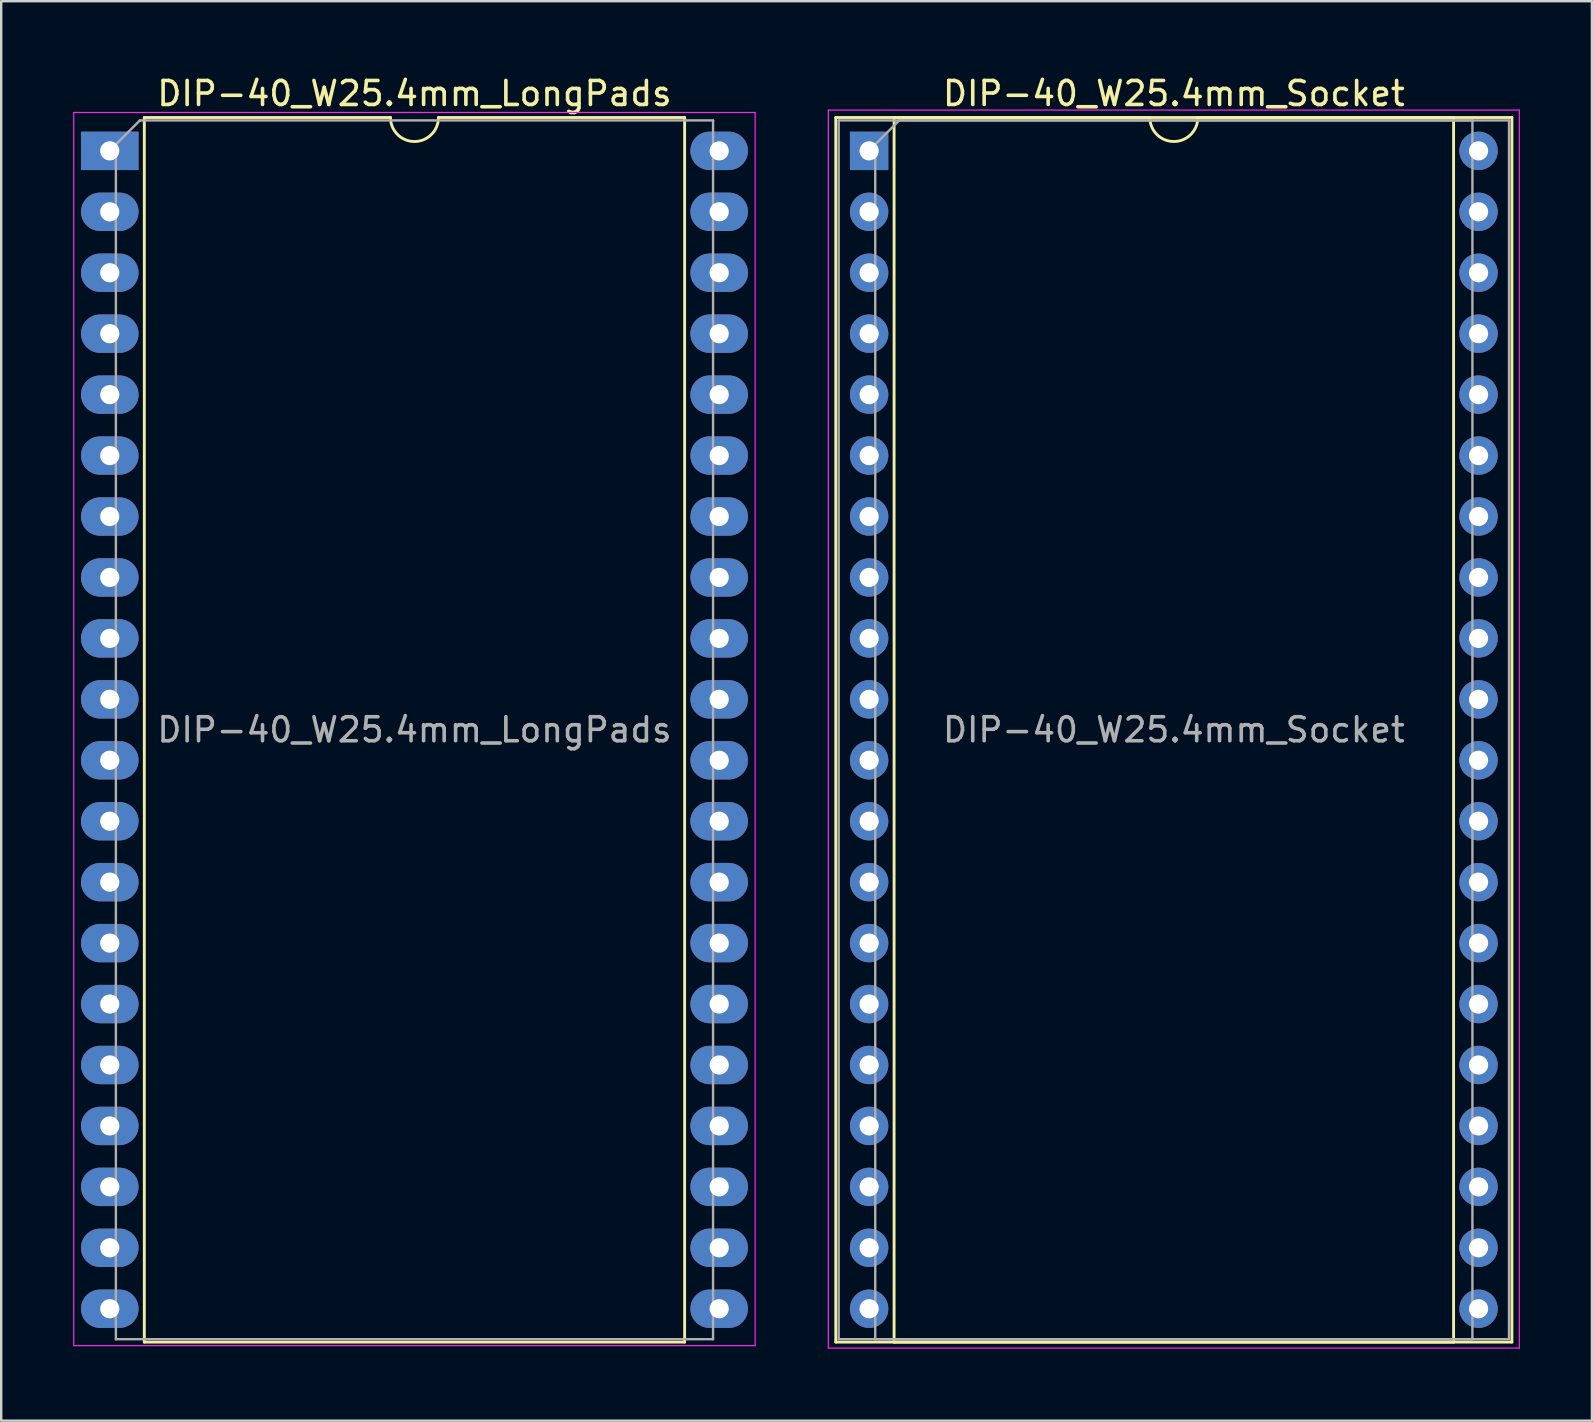
<source format=kicad_pcb>
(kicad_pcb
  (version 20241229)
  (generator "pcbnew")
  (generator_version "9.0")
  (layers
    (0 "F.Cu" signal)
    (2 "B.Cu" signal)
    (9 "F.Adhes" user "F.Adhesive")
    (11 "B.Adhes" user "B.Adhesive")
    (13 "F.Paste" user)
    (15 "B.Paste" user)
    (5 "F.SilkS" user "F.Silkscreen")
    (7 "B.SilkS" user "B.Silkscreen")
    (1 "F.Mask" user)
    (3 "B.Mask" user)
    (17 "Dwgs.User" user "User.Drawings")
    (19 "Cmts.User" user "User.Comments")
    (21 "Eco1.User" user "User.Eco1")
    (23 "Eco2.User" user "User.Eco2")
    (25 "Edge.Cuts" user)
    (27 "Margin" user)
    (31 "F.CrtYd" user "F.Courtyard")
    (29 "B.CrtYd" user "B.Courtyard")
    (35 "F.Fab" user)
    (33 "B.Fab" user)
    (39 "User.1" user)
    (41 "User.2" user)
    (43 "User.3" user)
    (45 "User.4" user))
  (footprint "DIP-40_W25.4mm_LongPads"
    (layer "F.Cu")
    (at 1.525 3.238)
    (property "Reference" "DIP-40_W25.4mm_LongPads" (at 12.7 -2.39 0) (layer "F.SilkS") (effects (font (size 1 1) (thickness 0.15))))
    (attr through_hole)
    (fp_line (start 1.44 -1.39) (end 1.44 49.65) (stroke (width 0.12) (type solid)) (layer "F.SilkS"))
    (fp_line (start 1.44 49.65) (end 23.96 49.65) (stroke (width 0.12) (type solid)) (layer "F.SilkS"))
    (fp_line (start 11.7 -1.39) (end 1.44 -1.39) (stroke (width 0.12) (type solid)) (layer "F.SilkS"))
    (fp_line (start 23.96 -1.39) (end 13.7 -1.39) (stroke (width 0.12) (type solid)) (layer "F.SilkS"))
    (fp_line (start 23.96 49.65) (end 23.96 -1.39) (stroke (width 0.12) (type solid)) (layer "F.SilkS"))
    (fp_arc (start 13.7 -1.39) (mid 12.7 -0.39) (end 11.7 -1.39) (stroke (width 0.12) (type solid)) (layer "F.SilkS"))
    (fp_line (start -1.5 -1.6) (end -1.5 49.8) (stroke (width 0.05) (type solid)) (layer "F.CrtYd"))
    (fp_line (start -1.5 49.8) (end 26.9 49.8) (stroke (width 0.05) (type solid)) (layer "F.CrtYd"))
    (fp_line (start 26.9 -1.6) (end -1.5 -1.6) (stroke (width 0.05) (type solid)) (layer "F.CrtYd"))
    (fp_line (start 26.9 49.8) (end 26.9 -1.6) (stroke (width 0.05) (type solid)) (layer "F.CrtYd"))
    (fp_line (start 0.255 -0.27) (end 1.255 -1.27) (stroke (width 0.1) (type solid)) (layer "F.Fab"))
    (fp_line (start 0.255 49.53) (end 0.255 -0.27) (stroke (width 0.1) (type solid)) (layer "F.Fab"))
    (fp_line (start 1.255 -1.27) (end 25.145 -1.27) (stroke (width 0.1) (type solid)) (layer "F.Fab"))
    (fp_line (start 25.145 -1.27) (end 25.145 49.53) (stroke (width 0.1) (type solid)) (layer "F.Fab"))
    (fp_line (start 25.145 49.53) (end 0.255 49.53) (stroke (width 0.1) (type solid)) (layer "F.Fab"))
    (fp_text user "${REFERENCE}" (at 12.7 24.13 0) (layer "F.Fab") (effects (font (size 1 1) (thickness 0.15))))
    (pad "1" thru_hole rect (at 0 0) (size 2.4 1.6) (drill 0.8) (layers "*.Cu" "*.Mask"))
    (pad "2" thru_hole oval (at 0 2.54) (size 2.4 1.6) (drill 0.8) (layers "*.Cu" "*.Mask"))
    (pad "3" thru_hole oval (at 0 5.08) (size 2.4 1.6) (drill 0.8) (layers "*.Cu" "*.Mask"))
    (pad "4" thru_hole oval (at 0 7.62) (size 2.4 1.6) (drill 0.8) (layers "*.Cu" "*.Mask"))
    (pad "5" thru_hole oval (at 0 10.16) (size 2.4 1.6) (drill 0.8) (layers "*.Cu" "*.Mask"))
    (pad "6" thru_hole oval (at 0 12.7) (size 2.4 1.6) (drill 0.8) (layers "*.Cu" "*.Mask"))
    (pad "7" thru_hole oval (at 0 15.24) (size 2.4 1.6) (drill 0.8) (layers "*.Cu" "*.Mask"))
    (pad "8" thru_hole oval (at 0 17.78) (size 2.4 1.6) (drill 0.8) (layers "*.Cu" "*.Mask"))
    (pad "9" thru_hole oval (at 0 20.32) (size 2.4 1.6) (drill 0.8) (layers "*.Cu" "*.Mask"))
    (pad "10" thru_hole oval (at 0 22.86) (size 2.4 1.6) (drill 0.8) (layers "*.Cu" "*.Mask"))
    (pad "11" thru_hole oval (at 0 25.4) (size 2.4 1.6) (drill 0.8) (layers "*.Cu" "*.Mask"))
    (pad "12" thru_hole oval (at 0 27.94) (size 2.4 1.6) (drill 0.8) (layers "*.Cu" "*.Mask"))
    (pad "13" thru_hole oval (at 0 30.48) (size 2.4 1.6) (drill 0.8) (layers "*.Cu" "*.Mask"))
    (pad "14" thru_hole oval (at 0 33.02) (size 2.4 1.6) (drill 0.8) (layers "*.Cu" "*.Mask"))
    (pad "15" thru_hole oval (at 0 35.56) (size 2.4 1.6) (drill 0.8) (layers "*.Cu" "*.Mask"))
    (pad "16" thru_hole oval (at 0 38.1) (size 2.4 1.6) (drill 0.8) (layers "*.Cu" "*.Mask"))
    (pad "17" thru_hole oval (at 0 40.64) (size 2.4 1.6) (drill 0.8) (layers "*.Cu" "*.Mask"))
    (pad "18" thru_hole oval (at 0 43.18) (size 2.4 1.6) (drill 0.8) (layers "*.Cu" "*.Mask"))
    (pad "19" thru_hole oval (at 0 45.72) (size 2.4 1.6) (drill 0.8) (layers "*.Cu" "*.Mask"))
    (pad "20" thru_hole oval (at 0 48.26) (size 2.4 1.6) (drill 0.8) (layers "*.Cu" "*.Mask"))
    (pad "21" thru_hole oval (at 25.4 48.26) (size 2.4 1.6) (drill 0.8) (layers "*.Cu" "*.Mask"))
    (pad "22" thru_hole oval (at 25.4 45.72) (size 2.4 1.6) (drill 0.8) (layers "*.Cu" "*.Mask"))
    (pad "23" thru_hole oval (at 25.4 43.18) (size 2.4 1.6) (drill 0.8) (layers "*.Cu" "*.Mask"))
    (pad "24" thru_hole oval (at 25.4 40.64) (size 2.4 1.6) (drill 0.8) (layers "*.Cu" "*.Mask"))
    (pad "25" thru_hole oval (at 25.4 38.1) (size 2.4 1.6) (drill 0.8) (layers "*.Cu" "*.Mask"))
    (pad "26" thru_hole oval (at 25.4 35.56) (size 2.4 1.6) (drill 0.8) (layers "*.Cu" "*.Mask"))
    (pad "27" thru_hole oval (at 25.4 33.02) (size 2.4 1.6) (drill 0.8) (layers "*.Cu" "*.Mask"))
    (pad "28" thru_hole oval (at 25.4 30.48) (size 2.4 1.6) (drill 0.8) (layers "*.Cu" "*.Mask"))
    (pad "29" thru_hole oval (at 25.4 27.94) (size 2.4 1.6) (drill 0.8) (layers "*.Cu" "*.Mask"))
    (pad "30" thru_hole oval (at 25.4 25.4) (size 2.4 1.6) (drill 0.8) (layers "*.Cu" "*.Mask"))
    (pad "31" thru_hole oval (at 25.4 22.86) (size 2.4 1.6) (drill 0.8) (layers "*.Cu" "*.Mask"))
    (pad "32" thru_hole oval (at 25.4 20.32) (size 2.4 1.6) (drill 0.8) (layers "*.Cu" "*.Mask"))
    (pad "33" thru_hole oval (at 25.4 17.78) (size 2.4 1.6) (drill 0.8) (layers "*.Cu" "*.Mask"))
    (pad "34" thru_hole oval (at 25.4 15.24) (size 2.4 1.6) (drill 0.8) (layers "*.Cu" "*.Mask"))
    (pad "35" thru_hole oval (at 25.4 12.7) (size 2.4 1.6) (drill 0.8) (layers "*.Cu" "*.Mask"))
    (pad "36" thru_hole oval (at 25.4 10.16) (size 2.4 1.6) (drill 0.8) (layers "*.Cu" "*.Mask"))
    (pad "37" thru_hole oval (at 25.4 7.62) (size 2.4 1.6) (drill 0.8) (layers "*.Cu" "*.Mask"))
    (pad "38" thru_hole oval (at 25.4 5.08) (size 2.4 1.6) (drill 0.8) (layers "*.Cu" "*.Mask"))
    (pad "39" thru_hole oval (at 25.4 2.54) (size 2.4 1.6) (drill 0.8) (layers "*.Cu" "*.Mask"))
    (pad "40" thru_hole oval (at 25.4 0) (size 2.4 1.6) (drill 0.8) (layers "*.Cu" "*.Mask")))
  (footprint "DIP-40_W25.4mm_Socket"
    (layer "F.Cu")
    (at 33.175 3.238)
    (property "Reference" "DIP-40_W25.4mm_Socket" (at 12.7 -2.39 0) (layer "F.SilkS") (effects (font (size 1 1) (thickness 0.15))))
    (attr through_hole)
    (fp_line (start -1.39 -1.39) (end -1.39 49.65) (stroke (width 0.12) (type solid)) (layer "F.SilkS"))
    (fp_line (start -1.39 49.65) (end 26.79 49.65) (stroke (width 0.12) (type solid)) (layer "F.SilkS"))
    (fp_line (start 1.04 -1.39) (end 1.04 49.65) (stroke (width 0.12) (type solid)) (layer "F.SilkS"))
    (fp_line (start 1.04 49.65) (end 24.36 49.65) (stroke (width 0.12) (type solid)) (layer "F.SilkS"))
    (fp_line (start 11.7 -1.39) (end 1.04 -1.39) (stroke (width 0.12) (type solid)) (layer "F.SilkS"))
    (fp_line (start 24.36 -1.39) (end 13.7 -1.39) (stroke (width 0.12) (type solid)) (layer "F.SilkS"))
    (fp_line (start 24.36 49.65) (end 24.36 -1.39) (stroke (width 0.12) (type solid)) (layer "F.SilkS"))
    (fp_line (start 26.79 -1.39) (end -1.39 -1.39) (stroke (width 0.12) (type solid)) (layer "F.SilkS"))
    (fp_line (start 26.79 49.65) (end 26.79 -1.39) (stroke (width 0.12) (type solid)) (layer "F.SilkS"))
    (fp_arc (start 13.7 -1.39) (mid 12.7 -0.39) (end 11.7 -1.39) (stroke (width 0.12) (type solid)) (layer "F.SilkS"))
    (fp_line (start -1.7 -1.7) (end -1.7 49.9) (stroke (width 0.05) (type solid)) (layer "F.CrtYd"))
    (fp_line (start -1.7 49.9) (end 27.1 49.9) (stroke (width 0.05) (type solid)) (layer "F.CrtYd"))
    (fp_line (start 27.1 -1.7) (end -1.7 -1.7) (stroke (width 0.05) (type solid)) (layer "F.CrtYd"))
    (fp_line (start 27.1 49.9) (end 27.1 -1.7) (stroke (width 0.05) (type solid)) (layer "F.CrtYd"))
    (fp_line (start -1.27 -1.27) (end -1.27 49.53) (stroke (width 0.1) (type solid)) (layer "F.Fab"))
    (fp_line (start -1.27 49.53) (end 26.67 49.53) (stroke (width 0.1) (type solid)) (layer "F.Fab"))
    (fp_line (start 0.255 -0.27) (end 1.255 -1.27) (stroke (width 0.1) (type solid)) (layer "F.Fab"))
    (fp_line (start 0.255 49.53) (end 0.255 -0.27) (stroke (width 0.1) (type solid)) (layer "F.Fab"))
    (fp_line (start 1.255 -1.27) (end 25.145 -1.27) (stroke (width 0.1) (type solid)) (layer "F.Fab"))
    (fp_line (start 25.145 -1.27) (end 25.145 49.53) (stroke (width 0.1) (type solid)) (layer "F.Fab"))
    (fp_line (start 25.145 49.53) (end 0.255 49.53) (stroke (width 0.1) (type solid)) (layer "F.Fab"))
    (fp_line (start 26.67 -1.27) (end -1.27 -1.27) (stroke (width 0.1) (type solid)) (layer "F.Fab"))
    (fp_line (start 26.67 49.53) (end 26.67 -1.27) (stroke (width 0.1) (type solid)) (layer "F.Fab"))
    (fp_text user "${REFERENCE}" (at 12.7 24.13 0) (layer "F.Fab") (effects (font (size 1 1) (thickness 0.15))))
    (pad "1" thru_hole rect (at 0 0) (size 1.6 1.6) (drill 0.8) (layers "*.Cu" "*.Mask"))
    (pad "2" thru_hole oval (at 0 2.54) (size 1.6 1.6) (drill 0.8) (layers "*.Cu" "*.Mask"))
    (pad "3" thru_hole oval (at 0 5.08) (size 1.6 1.6) (drill 0.8) (layers "*.Cu" "*.Mask"))
    (pad "4" thru_hole oval (at 0 7.62) (size 1.6 1.6) (drill 0.8) (layers "*.Cu" "*.Mask"))
    (pad "5" thru_hole oval (at 0 10.16) (size 1.6 1.6) (drill 0.8) (layers "*.Cu" "*.Mask"))
    (pad "6" thru_hole oval (at 0 12.7) (size 1.6 1.6) (drill 0.8) (layers "*.Cu" "*.Mask"))
    (pad "7" thru_hole oval (at 0 15.24) (size 1.6 1.6) (drill 0.8) (layers "*.Cu" "*.Mask"))
    (pad "8" thru_hole oval (at 0 17.78) (size 1.6 1.6) (drill 0.8) (layers "*.Cu" "*.Mask"))
    (pad "9" thru_hole oval (at 0 20.32) (size 1.6 1.6) (drill 0.8) (layers "*.Cu" "*.Mask"))
    (pad "10" thru_hole oval (at 0 22.86) (size 1.6 1.6) (drill 0.8) (layers "*.Cu" "*.Mask"))
    (pad "11" thru_hole oval (at 0 25.4) (size 1.6 1.6) (drill 0.8) (layers "*.Cu" "*.Mask"))
    (pad "12" thru_hole oval (at 0 27.94) (size 1.6 1.6) (drill 0.8) (layers "*.Cu" "*.Mask"))
    (pad "13" thru_hole oval (at 0 30.48) (size 1.6 1.6) (drill 0.8) (layers "*.Cu" "*.Mask"))
    (pad "14" thru_hole oval (at 0 33.02) (size 1.6 1.6) (drill 0.8) (layers "*.Cu" "*.Mask"))
    (pad "15" thru_hole oval (at 0 35.56) (size 1.6 1.6) (drill 0.8) (layers "*.Cu" "*.Mask"))
    (pad "16" thru_hole oval (at 0 38.1) (size 1.6 1.6) (drill 0.8) (layers "*.Cu" "*.Mask"))
    (pad "17" thru_hole oval (at 0 40.64) (size 1.6 1.6) (drill 0.8) (layers "*.Cu" "*.Mask"))
    (pad "18" thru_hole oval (at 0 43.18) (size 1.6 1.6) (drill 0.8) (layers "*.Cu" "*.Mask"))
    (pad "19" thru_hole oval (at 0 45.72) (size 1.6 1.6) (drill 0.8) (layers "*.Cu" "*.Mask"))
    (pad "20" thru_hole oval (at 0 48.26) (size 1.6 1.6) (drill 0.8) (layers "*.Cu" "*.Mask"))
    (pad "21" thru_hole oval (at 25.4 48.26) (size 1.6 1.6) (drill 0.8) (layers "*.Cu" "*.Mask"))
    (pad "22" thru_hole oval (at 25.4 45.72) (size 1.6 1.6) (drill 0.8) (layers "*.Cu" "*.Mask"))
    (pad "23" thru_hole oval (at 25.4 43.18) (size 1.6 1.6) (drill 0.8) (layers "*.Cu" "*.Mask"))
    (pad "24" thru_hole oval (at 25.4 40.64) (size 1.6 1.6) (drill 0.8) (layers "*.Cu" "*.Mask"))
    (pad "25" thru_hole oval (at 25.4 38.1) (size 1.6 1.6) (drill 0.8) (layers "*.Cu" "*.Mask"))
    (pad "26" thru_hole oval (at 25.4 35.56) (size 1.6 1.6) (drill 0.8) (layers "*.Cu" "*.Mask"))
    (pad "27" thru_hole oval (at 25.4 33.02) (size 1.6 1.6) (drill 0.8) (layers "*.Cu" "*.Mask"))
    (pad "28" thru_hole oval (at 25.4 30.48) (size 1.6 1.6) (drill 0.8) (layers "*.Cu" "*.Mask"))
    (pad "29" thru_hole oval (at 25.4 27.94) (size 1.6 1.6) (drill 0.8) (layers "*.Cu" "*.Mask"))
    (pad "30" thru_hole oval (at 25.4 25.4) (size 1.6 1.6) (drill 0.8) (layers "*.Cu" "*.Mask"))
    (pad "31" thru_hole oval (at 25.4 22.86) (size 1.6 1.6) (drill 0.8) (layers "*.Cu" "*.Mask"))
    (pad "32" thru_hole oval (at 25.4 20.32) (size 1.6 1.6) (drill 0.8) (layers "*.Cu" "*.Mask"))
    (pad "33" thru_hole oval (at 25.4 17.78) (size 1.6 1.6) (drill 0.8) (layers "*.Cu" "*.Mask"))
    (pad "34" thru_hole oval (at 25.4 15.24) (size 1.6 1.6) (drill 0.8) (layers "*.Cu" "*.Mask"))
    (pad "35" thru_hole oval (at 25.4 12.7) (size 1.6 1.6) (drill 0.8) (layers "*.Cu" "*.Mask"))
    (pad "36" thru_hole oval (at 25.4 10.16) (size 1.6 1.6) (drill 0.8) (layers "*.Cu" "*.Mask"))
    (pad "37" thru_hole oval (at 25.4 7.62) (size 1.6 1.6) (drill 0.8) (layers "*.Cu" "*.Mask"))
    (pad "38" thru_hole oval (at 25.4 5.08) (size 1.6 1.6) (drill 0.8) (layers "*.Cu" "*.Mask"))
    (pad "39" thru_hole oval (at 25.4 2.54) (size 1.6 1.6) (drill 0.8) (layers "*.Cu" "*.Mask"))
    (pad "40" thru_hole oval (at 25.4 0) (size 1.6 1.6) (drill 0.8) (layers "*.Cu" "*.Mask")))
  (gr_rect
    (start -3 -3)
    (end 63.3 56.163)
    (stroke (width 0.1) (type default))
    (fill no)
    (layer "Edge.Cuts")))
</source>
